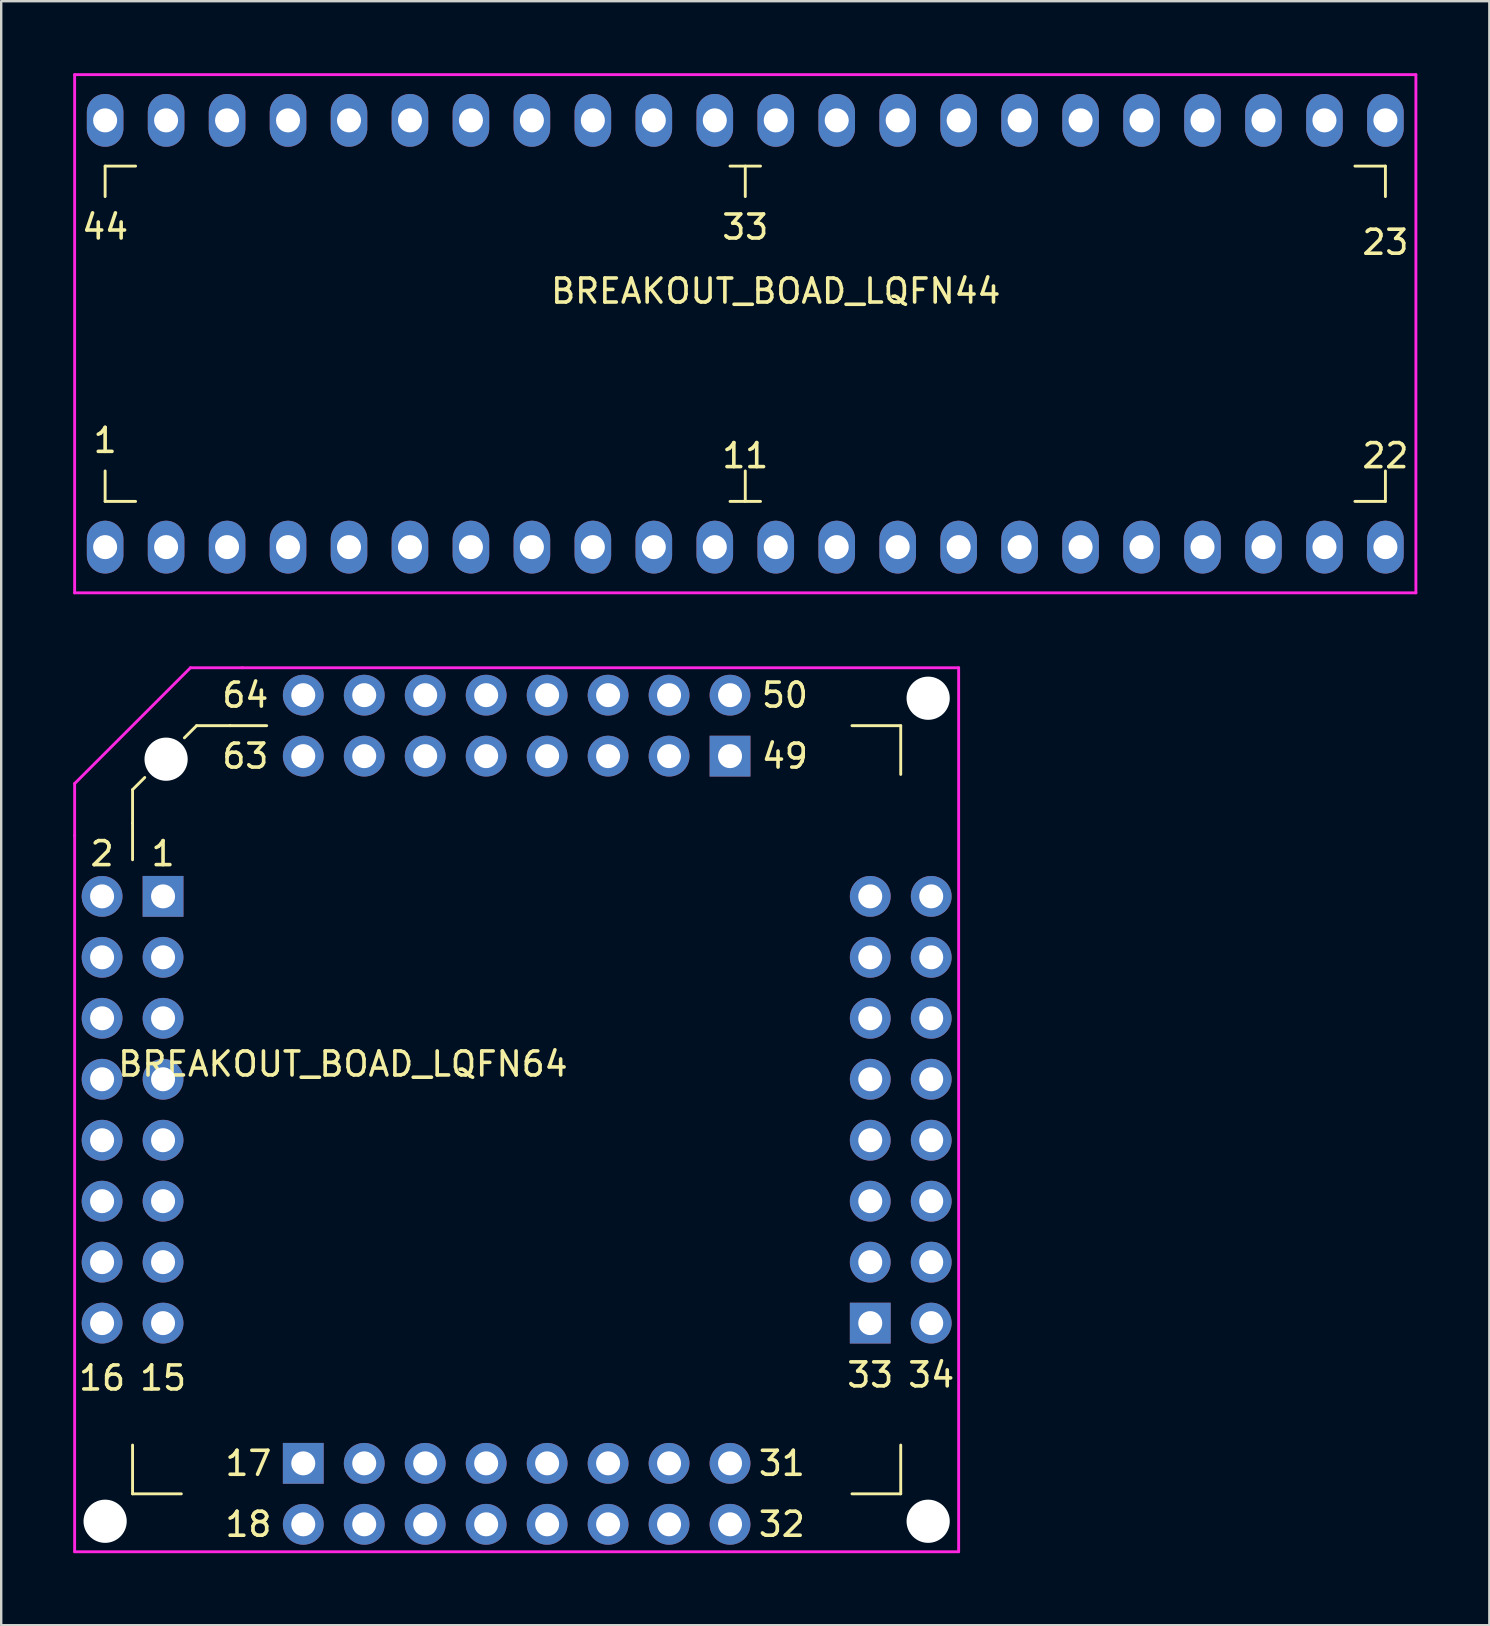
<source format=kicad_pcb>
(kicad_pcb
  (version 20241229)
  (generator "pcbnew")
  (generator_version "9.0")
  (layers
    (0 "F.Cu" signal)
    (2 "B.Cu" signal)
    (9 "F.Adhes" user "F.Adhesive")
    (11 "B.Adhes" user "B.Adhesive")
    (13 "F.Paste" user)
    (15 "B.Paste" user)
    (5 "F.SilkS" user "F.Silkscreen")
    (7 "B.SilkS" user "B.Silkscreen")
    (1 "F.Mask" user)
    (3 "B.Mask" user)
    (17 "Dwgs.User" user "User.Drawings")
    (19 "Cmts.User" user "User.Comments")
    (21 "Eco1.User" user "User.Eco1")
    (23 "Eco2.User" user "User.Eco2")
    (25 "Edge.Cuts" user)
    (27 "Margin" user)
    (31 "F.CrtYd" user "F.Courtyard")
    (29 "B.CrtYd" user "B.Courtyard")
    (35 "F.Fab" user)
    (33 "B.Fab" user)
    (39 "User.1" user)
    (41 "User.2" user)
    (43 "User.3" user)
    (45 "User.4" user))
  (footprint "BREAKOUT_BOAD_LQFN44"
    (layer "F.Cu")
    (at 28 10.855)
    (property "Reference" "BREAKOUT_BOAD_LQFN44" (at 1.27 -1.778 0) (layer "F.SilkS") (effects (font (size 1 1) (thickness 0.15))))
    (attr through_hole)
    (fp_line (start -26.67 -6.985) (end -26.67 -5.715) (stroke (width 0.12) (type solid)) (layer "F.SilkS"))
    (fp_line (start -26.67 6.985) (end -26.67 5.715) (stroke (width 0.12) (type solid)) (layer "F.SilkS"))
    (fp_line (start -25.4 -6.985) (end -26.67 -6.985) (stroke (width 0.12) (type solid)) (layer "F.SilkS"))
    (fp_line (start -25.4 6.985) (end -26.67 6.985) (stroke (width 0.12) (type solid)) (layer "F.SilkS"))
    (fp_line (start -0.635 -6.985) (end 0.635 -6.985) (stroke (width 0.12) (type solid)) (layer "F.SilkS"))
    (fp_line (start -0.635 6.985) (end 0.635 6.985) (stroke (width 0.12) (type solid)) (layer "F.SilkS"))
    (fp_line (start 0 -6.985) (end 0 -5.715) (stroke (width 0.12) (type solid)) (layer "F.SilkS"))
    (fp_line (start 0 6.985) (end 0 5.715) (stroke (width 0.12) (type solid)) (layer "F.SilkS"))
    (fp_line (start 26.67 -6.985) (end 25.4 -6.985) (stroke (width 0.12) (type solid)) (layer "F.SilkS"))
    (fp_line (start 26.67 -5.715) (end 26.67 -6.985) (stroke (width 0.12) (type solid)) (layer "F.SilkS"))
    (fp_line (start 26.67 5.715) (end 26.67 6.985) (stroke (width 0.12) (type solid)) (layer "F.SilkS"))
    (fp_line (start 26.67 6.985) (end 25.4 6.985) (stroke (width 0.12) (type solid)) (layer "F.SilkS"))
    (fp_line (start -27.94 -10.795) (end -27.94 10.795) (stroke (width 0.12) (type solid)) (layer "F.CrtYd"))
    (fp_line (start -27.94 10.795) (end 27.94 10.795) (stroke (width 0.12) (type solid)) (layer "F.CrtYd"))
    (fp_line (start 27.94 -10.795) (end -27.94 -10.795) (stroke (width 0.12) (type solid)) (layer "F.CrtYd"))
    (fp_line (start 27.94 10.795) (end 27.94 -10.795) (stroke (width 0.12) (type solid)) (layer "F.CrtYd"))
    (fp_text user "22" (at 26.67 5.08 0) (layer "F.SilkS") (effects (font (size 1 1) (thickness 0.15))))
    (fp_text user "1" (at -26.67 4.445 0) (layer "F.SilkS") (effects (font (size 1 1) (thickness 0.15))))
    (fp_text user "23" (at 26.67 -3.81 0) (layer "F.SilkS") (effects (font (size 1 1) (thickness 0.15))))
    (fp_text user "11" (at 0 5.08 0) (layer "F.SilkS") (effects (font (size 1 1) (thickness 0.15))))
    (fp_text user "44" (at -26.67 -4.445 0) (layer "F.SilkS") (effects (font (size 1 1) (thickness 0.15))))
    (fp_text user "33" (at 0 -4.445 0) (layer "F.SilkS") (effects (font (size 1 1) (thickness 0.15))))
    (pad "1" thru_hole oval (at -26.67 8.89) (size 1.524 2.2) (drill 1.001) (layers "*.Cu" "*.Mask"))
    (pad "2" thru_hole oval (at -24.13 8.89) (size 1.524 2.2) (drill 1.001) (layers "*.Cu" "*.Mask"))
    (pad "3" thru_hole oval (at -21.59 8.89) (size 1.524 2.2) (drill 1.001) (layers "*.Cu" "*.Mask"))
    (pad "4" thru_hole oval (at -19.05 8.89) (size 1.524 2.2) (drill 1.001) (layers "*.Cu" "*.Mask"))
    (pad "5" thru_hole oval (at -16.51 8.89) (size 1.524 2.2) (drill 1.001) (layers "*.Cu" "*.Mask"))
    (pad "6" thru_hole oval (at -13.97 8.89) (size 1.524 2.2) (drill 1.001) (layers "*.Cu" "*.Mask"))
    (pad "7" thru_hole oval (at -11.43 8.89) (size 1.524 2.2) (drill 1.001) (layers "*.Cu" "*.Mask"))
    (pad "8" thru_hole oval (at -8.89 8.89) (size 1.524 2.2) (drill 1.001) (layers "*.Cu" "*.Mask"))
    (pad "9" thru_hole oval (at -6.35 8.89) (size 1.524 2.2) (drill 1.001) (layers "*.Cu" "*.Mask"))
    (pad "10" thru_hole oval (at -3.81 8.89) (size 1.524 2.2) (drill 1.001) (layers "*.Cu" "*.Mask"))
    (pad "11" thru_hole oval (at -1.27 8.89) (size 1.524 2.2) (drill 1.001) (layers "*.Cu" "*.Mask"))
    (pad "12" thru_hole oval (at 1.27 8.89) (size 1.524 2.2) (drill 1.001) (layers "*.Cu" "*.Mask"))
    (pad "13" thru_hole oval (at 3.81 8.89) (size 1.524 2.2) (drill 1.001) (layers "*.Cu" "*.Mask"))
    (pad "14" thru_hole oval (at 6.35 8.89) (size 1.524 2.2) (drill 1.001) (layers "*.Cu" "*.Mask"))
    (pad "15" thru_hole oval (at 8.89 8.89) (size 1.524 2.2) (drill 1.001) (layers "*.Cu" "*.Mask"))
    (pad "16" thru_hole oval (at 11.43 8.89) (size 1.524 2.2) (drill 1.001) (layers "*.Cu" "*.Mask"))
    (pad "17" thru_hole oval (at 13.97 8.89) (size 1.524 2.2) (drill 1.001) (layers "*.Cu" "*.Mask"))
    (pad "18" thru_hole oval (at 16.51 8.89) (size 1.524 2.2) (drill 1.001) (layers "*.Cu" "*.Mask"))
    (pad "19" thru_hole oval (at 19.05 8.89) (size 1.524 2.2) (drill 1.001) (layers "*.Cu" "*.Mask"))
    (pad "20" thru_hole oval (at 21.59 8.89) (size 1.524 2.2) (drill 1.001) (layers "*.Cu" "*.Mask"))
    (pad "21" thru_hole oval (at 24.13 8.89) (size 1.524 2.2) (drill 1.001) (layers "*.Cu" "*.Mask"))
    (pad "22" thru_hole oval (at 26.67 8.89) (size 1.524 2.2) (drill 1.001) (layers "*.Cu" "*.Mask"))
    (pad "23" thru_hole oval (at 26.67 -8.89) (size 1.524 2.2) (drill 1.001) (layers "*.Cu" "*.Mask"))
    (pad "24" thru_hole oval (at 24.13 -8.89) (size 1.524 2.2) (drill 1.001) (layers "*.Cu" "*.Mask"))
    (pad "25" thru_hole oval (at 21.59 -8.89) (size 1.524 2.2) (drill 1.001) (layers "*.Cu" "*.Mask"))
    (pad "26" thru_hole oval (at 19.05 -8.89) (size 1.524 2.2) (drill 1.001) (layers "*.Cu" "*.Mask"))
    (pad "27" thru_hole oval (at 16.51 -8.89) (size 1.524 2.2) (drill 1.001) (layers "*.Cu" "*.Mask"))
    (pad "28" thru_hole oval (at 13.97 -8.89) (size 1.524 2.2) (drill 1.001) (layers "*.Cu" "*.Mask"))
    (pad "29" thru_hole oval (at 11.43 -8.89) (size 1.524 2.2) (drill 1.001) (layers "*.Cu" "*.Mask"))
    (pad "30" thru_hole oval (at 8.89 -8.89) (size 1.524 2.2) (drill 1.001) (layers "*.Cu" "*.Mask"))
    (pad "31" thru_hole oval (at 6.35 -8.89) (size 1.524 2.2) (drill 1.001) (layers "*.Cu" "*.Mask"))
    (pad "32" thru_hole oval (at 3.81 -8.89) (size 1.524 2.2) (drill 1.001) (layers "*.Cu" "*.Mask"))
    (pad "33" thru_hole oval (at 1.27 -8.89) (size 1.524 2.2) (drill 1.001) (layers "*.Cu" "*.Mask"))
    (pad "34" thru_hole oval (at -1.27 -8.89) (size 1.524 2.2) (drill 1.001) (layers "*.Cu" "*.Mask"))
    (pad "35" thru_hole oval (at -3.81 -8.89) (size 1.524 2.2) (drill 1.001) (layers "*.Cu" "*.Mask"))
    (pad "36" thru_hole oval (at -6.35 -8.89) (size 1.524 2.2) (drill 1.001) (layers "*.Cu" "*.Mask"))
    (pad "37" thru_hole oval (at -8.89 -8.89) (size 1.524 2.2) (drill 1.001) (layers "*.Cu" "*.Mask"))
    (pad "38" thru_hole oval (at -11.43 -8.89) (size 1.524 2.2) (drill 1.001) (layers "*.Cu" "*.Mask"))
    (pad "39" thru_hole oval (at -13.97 -8.89) (size 1.524 2.2) (drill 1.001) (layers "*.Cu" "*.Mask"))
    (pad "40" thru_hole oval (at -16.51 -8.89) (size 1.524 2.2) (drill 1.001) (layers "*.Cu" "*.Mask"))
    (pad "41" thru_hole oval (at -19.05 -8.89) (size 1.524 2.2) (drill 1.001) (layers "*.Cu" "*.Mask"))
    (pad "42" thru_hole oval (at -21.59 -8.89) (size 1.524 2.2) (drill 1.001) (layers "*.Cu" "*.Mask"))
    (pad "43" thru_hole oval (at -24.13 -8.89) (size 1.524 2.2) (drill 1.001) (layers "*.Cu" "*.Mask"))
    (pad "44" thru_hole oval (at -26.67 -8.89) (size 1.524 2.2) (drill 1.001) (layers "*.Cu" "*.Mask")))
  (footprint "BREAKOUT_BOAD_LQFN64"
    (layer "F.Cu")
    (at 18.475 43.185)
    (property "Reference" "BREAKOUT_BOAD_LQFN64" (at -7.239 -1.905 0) (layer "F.SilkS") (effects (font (size 1 1) (thickness 0.15))))
    (attr through_hole)
    (fp_line (start -16.002 -13.335) (end -15.494 -13.843) (stroke (width 0.12) (type solid)) (layer "F.SilkS"))
    (fp_line (start -16.002 -11.938) (end -16.002 -13.335) (stroke (width 0.12) (type solid)) (layer "F.SilkS"))
    (fp_line (start -16.002 -10.414) (end -16.002 -11.938) (stroke (width 0.12) (type solid)) (layer "F.SilkS"))
    (fp_line (start -16.002 13.97) (end -16.002 16.002) (stroke (width 0.12) (type solid)) (layer "F.SilkS"))
    (fp_line (start -16.002 16.002) (end -13.97 16.002) (stroke (width 0.12) (type solid)) (layer "F.SilkS"))
    (fp_line (start -13.335 -16.002) (end -13.843 -15.494) (stroke (width 0.12) (type solid)) (layer "F.SilkS"))
    (fp_line (start -13.335 -16.002) (end -11.938 -16.002) (stroke (width 0.12) (type solid)) (layer "F.SilkS"))
    (fp_line (start -11.938 -16.002) (end -10.414 -16.002) (stroke (width 0.12) (type solid)) (layer "F.SilkS"))
    (fp_line (start 13.97 16.002) (end 16.002 16.002) (stroke (width 0.12) (type solid)) (layer "F.SilkS"))
    (fp_line (start 16.002 -16.002) (end 13.97 -16.002) (stroke (width 0.12) (type solid)) (layer "F.SilkS"))
    (fp_line (start 16.002 -13.97) (end 16.002 -16.002) (stroke (width 0.12) (type solid)) (layer "F.SilkS"))
    (fp_line (start 16.002 16.002) (end 16.002 13.97) (stroke (width 0.12) (type solid)) (layer "F.SilkS"))
    (fp_line (start -18.415 -13.589) (end -13.589 -18.415) (stroke (width 0.12) (type solid)) (layer "F.CrtYd"))
    (fp_line (start -18.415 -11.43) (end -18.415 -13.589) (stroke (width 0.12) (type solid)) (layer "F.CrtYd"))
    (fp_line (start -18.415 -11.43) (end -18.415 18.415) (stroke (width 0.12) (type solid)) (layer "F.CrtYd"))
    (fp_line (start -18.415 18.415) (end 18.415 18.415) (stroke (width 0.12) (type solid)) (layer "F.CrtYd"))
    (fp_line (start -13.589 -18.415) (end -11.43 -18.415) (stroke (width 0.12) (type solid)) (layer "F.CrtYd"))
    (fp_line (start 18.415 -18.415) (end -11.43 -18.415) (stroke (width 0.12) (type solid)) (layer "F.CrtYd"))
    (fp_line (start 18.415 18.415) (end 18.415 -18.415) (stroke (width 0.12) (type solid)) (layer "F.CrtYd"))
    (fp_text user "49" (at 11.176 -14.732 0) (layer "F.SilkS") (effects (font (size 1 1) (thickness 0.15))))
    (fp_text user "33" (at 14.732 11.049 0) (layer "F.SilkS") (effects (font (size 1 1) (thickness 0.15))))
    (fp_text user "50" (at 11.176 -17.272 0) (layer "F.SilkS") (effects (font (size 1 1) (thickness 0.15))))
    (fp_text user "1" (at -14.732 -10.668 0) (layer "F.SilkS") (effects (font (size 1 1) (thickness 0.15))))
    (fp_text user "32" (at 11.049 17.272 0) (layer "F.SilkS") (effects (font (size 1 1) (thickness 0.15))))
    (fp_text user "16" (at -17.272 11.176 0) (layer "F.SilkS") (effects (font (size 1 1) (thickness 0.15))))
    (fp_text user "2" (at -17.272 -10.668 0) (layer "F.SilkS") (effects (font (size 1 1) (thickness 0.15))))
    (fp_text user "63" (at -11.303 -14.732 0) (layer "F.SilkS") (effects (font (size 1 1) (thickness 0.15))))
    (fp_text user "15" (at -14.732 11.176 0) (layer "F.SilkS") (effects (font (size 1 1) (thickness 0.15))))
    (fp_text user "17" (at -11.176 14.732 0) (layer "F.SilkS") (effects (font (size 1 1) (thickness 0.15))))
    (fp_text user "34" (at 17.272 11.049 0) (layer "F.SilkS") (effects (font (size 1 1) (thickness 0.15))))
    (fp_text user "31" (at 11.049 14.732 0) (layer "F.SilkS") (effects (font (size 1 1) (thickness 0.15))))
    (fp_text user "64" (at -11.303 -17.272 0) (layer "F.SilkS") (effects (font (size 1 1) (thickness 0.15))))
    (fp_text user "18" (at -11.176 17.272 0) (layer "F.SilkS") (effects (font (size 1 1) (thickness 0.15))))
    (pad "" np_thru_hole circle (at -17.145 17.145) (size 1.8 1.8) (drill 1.8) (layers "*.Cu" "*.Mask"))
    (pad "" np_thru_hole circle (at -14.605 -14.605) (size 1.8 1.8) (drill 1.8) (layers "*.Cu" "*.Mask"))
    (pad "" np_thru_hole circle (at 17.145 -17.145) (size 1.8 1.8) (drill 1.8) (layers "*.Cu" "*.Mask"))
    (pad "" np_thru_hole circle (at 17.145 17.145) (size 1.8 1.8) (drill 1.8) (layers "*.Cu" "*.Mask"))
    (pad "1" thru_hole rect (at -14.732 -8.89) (size 1.7 1.7) (drill 1) (layers "*.Cu" "*.Mask"))
    (pad "2" thru_hole oval (at -17.272 -8.89) (size 1.7 1.7) (drill 1) (layers "*.Cu" "*.Mask"))
    (pad "3" thru_hole oval (at -14.732 -6.35) (size 1.7 1.7) (drill 1) (layers "*.Cu" "*.Mask"))
    (pad "4" thru_hole oval (at -17.272 -6.35) (size 1.7 1.7) (drill 1) (layers "*.Cu" "*.Mask"))
    (pad "5" thru_hole oval (at -14.732 -3.81) (size 1.7 1.7) (drill 1) (layers "*.Cu" "*.Mask"))
    (pad "6" thru_hole oval (at -17.272 -3.81) (size 1.7 1.7) (drill 1) (layers "*.Cu" "*.Mask"))
    (pad "7" thru_hole oval (at -14.732 -1.27) (size 1.7 1.7) (drill 1) (layers "*.Cu" "*.Mask"))
    (pad "8" thru_hole oval (at -17.272 -1.27) (size 1.7 1.7) (drill 1) (layers "*.Cu" "*.Mask"))
    (pad "9" thru_hole oval (at -14.732 1.27) (size 1.7 1.7) (drill 1) (layers "*.Cu" "*.Mask"))
    (pad "10" thru_hole oval (at -17.272 1.27) (size 1.7 1.7) (drill 1) (layers "*.Cu" "*.Mask"))
    (pad "11" thru_hole oval (at -14.732 3.81) (size 1.7 1.7) (drill 1) (layers "*.Cu" "*.Mask"))
    (pad "12" thru_hole oval (at -17.272 3.81) (size 1.7 1.7) (drill 1) (layers "*.Cu" "*.Mask"))
    (pad "13" thru_hole oval (at -14.732 6.35) (size 1.7 1.7) (drill 1) (layers "*.Cu" "*.Mask"))
    (pad "14" thru_hole oval (at -17.272 6.35) (size 1.7 1.7) (drill 1) (layers "*.Cu" "*.Mask"))
    (pad "15" thru_hole oval (at -14.732 8.89) (size 1.7 1.7) (drill 1) (layers "*.Cu" "*.Mask"))
    (pad "16" thru_hole oval (at -17.272 8.89) (size 1.7 1.7) (drill 1) (layers "*.Cu" "*.Mask"))
    (pad "17" thru_hole rect (at -8.89 14.732 90) (size 1.7 1.7) (drill 1) (layers "*.Cu" "*.Mask"))
    (pad "18" thru_hole oval (at -8.89 17.272 90) (size 1.7 1.7) (drill 1) (layers "*.Cu" "*.Mask"))
    (pad "19" thru_hole oval (at -6.35 14.732 90) (size 1.7 1.7) (drill 1) (layers "*.Cu" "*.Mask"))
    (pad "20" thru_hole oval (at -6.35 17.272 90) (size 1.7 1.7) (drill 1) (layers "*.Cu" "*.Mask"))
    (pad "21" thru_hole oval (at -3.81 14.732 90) (size 1.7 1.7) (drill 1) (layers "*.Cu" "*.Mask"))
    (pad "22" thru_hole oval (at -3.81 17.272 90) (size 1.7 1.7) (drill 1) (layers "*.Cu" "*.Mask"))
    (pad "23" thru_hole oval (at -1.27 14.732 90) (size 1.7 1.7) (drill 1) (layers "*.Cu" "*.Mask"))
    (pad "24" thru_hole oval (at -1.27 17.272 90) (size 1.7 1.7) (drill 1) (layers "*.Cu" "*.Mask"))
    (pad "25" thru_hole oval (at 1.27 14.732 90) (size 1.7 1.7) (drill 1) (layers "*.Cu" "*.Mask"))
    (pad "26" thru_hole oval (at 1.27 17.272 90) (size 1.7 1.7) (drill 1) (layers "*.Cu" "*.Mask"))
    (pad "27" thru_hole oval (at 3.81 14.732 90) (size 1.7 1.7) (drill 1) (layers "*.Cu" "*.Mask"))
    (pad "28" thru_hole oval (at 3.81 17.272 90) (size 1.7 1.7) (drill 1) (layers "*.Cu" "*.Mask"))
    (pad "29" thru_hole oval (at 6.35 14.732 90) (size 1.7 1.7) (drill 1) (layers "*.Cu" "*.Mask"))
    (pad "30" thru_hole oval (at 6.35 17.272 90) (size 1.7 1.7) (drill 1) (layers "*.Cu" "*.Mask"))
    (pad "31" thru_hole oval (at 8.89 14.732 90) (size 1.7 1.7) (drill 1) (layers "*.Cu" "*.Mask"))
    (pad "32" thru_hole oval (at 8.89 17.272 90) (size 1.7 1.7) (drill 1) (layers "*.Cu" "*.Mask"))
    (pad "33" thru_hole rect (at 14.732 8.89) (size 1.7 1.7) (drill 1) (layers "*.Cu" "*.Mask"))
    (pad "34" thru_hole oval (at 17.272 8.89) (size 1.7 1.7) (drill 1) (layers "*.Cu" "*.Mask"))
    (pad "35" thru_hole oval (at 14.732 6.35) (size 1.7 1.7) (drill 1) (layers "*.Cu" "*.Mask"))
    (pad "36" thru_hole oval (at 17.272 6.35) (size 1.7 1.7) (drill 1) (layers "*.Cu" "*.Mask"))
    (pad "37" thru_hole oval (at 14.732 3.81) (size 1.7 1.7) (drill 1) (layers "*.Cu" "*.Mask"))
    (pad "38" thru_hole oval (at 17.272 3.81) (size 1.7 1.7) (drill 1) (layers "*.Cu" "*.Mask"))
    (pad "39" thru_hole oval (at 14.732 1.27) (size 1.7 1.7) (drill 1) (layers "*.Cu" "*.Mask"))
    (pad "40" thru_hole oval (at 17.272 1.27) (size 1.7 1.7) (drill 1) (layers "*.Cu" "*.Mask"))
    (pad "41" thru_hole oval (at 14.732 -1.27) (size 1.7 1.7) (drill 1) (layers "*.Cu" "*.Mask"))
    (pad "42" thru_hole oval (at 17.272 -1.27) (size 1.7 1.7) (drill 1) (layers "*.Cu" "*.Mask"))
    (pad "43" thru_hole oval (at 14.732 -3.81) (size 1.7 1.7) (drill 1) (layers "*.Cu" "*.Mask"))
    (pad "44" thru_hole oval (at 17.272 -3.81) (size 1.7 1.7) (drill 1) (layers "*.Cu" "*.Mask"))
    (pad "45" thru_hole oval (at 14.732 -6.35) (size 1.7 1.7) (drill 1) (layers "*.Cu" "*.Mask"))
    (pad "46" thru_hole oval (at 17.272 -6.35) (size 1.7 1.7) (drill 1) (layers "*.Cu" "*.Mask"))
    (pad "47" thru_hole oval (at 14.732 -8.89) (size 1.7 1.7) (drill 1) (layers "*.Cu" "*.Mask"))
    (pad "48" thru_hole oval (at 17.272 -8.89) (size 1.7 1.7) (drill 1) (layers "*.Cu" "*.Mask"))
    (pad "49" thru_hole rect (at 8.89 -14.732 90) (size 1.7 1.7) (drill 1) (layers "*.Cu" "*.Mask"))
    (pad "50" thru_hole oval (at 8.89 -17.272 90) (size 1.7 1.7) (drill 1) (layers "*.Cu" "*.Mask"))
    (pad "51" thru_hole oval (at 6.35 -14.732 90) (size 1.7 1.7) (drill 1) (layers "*.Cu" "*.Mask"))
    (pad "52" thru_hole oval (at 6.35 -17.272 90) (size 1.7 1.7) (drill 1) (layers "*.Cu" "*.Mask"))
    (pad "53" thru_hole oval (at 3.81 -14.732 90) (size 1.7 1.7) (drill 1) (layers "*.Cu" "*.Mask"))
    (pad "54" thru_hole oval (at 3.81 -17.272 90) (size 1.7 1.7) (drill 1) (layers "*.Cu" "*.Mask"))
    (pad "55" thru_hole oval (at 1.27 -14.732 90) (size 1.7 1.7) (drill 1) (layers "*.Cu" "*.Mask"))
    (pad "56" thru_hole oval (at 1.27 -17.272 90) (size 1.7 1.7) (drill 1) (layers "*.Cu" "*.Mask"))
    (pad "57" thru_hole oval (at -1.27 -14.732 90) (size 1.7 1.7) (drill 1) (layers "*.Cu" "*.Mask"))
    (pad "58" thru_hole oval (at -1.27 -17.272 90) (size 1.7 1.7) (drill 1) (layers "*.Cu" "*.Mask"))
    (pad "59" thru_hole oval (at -3.81 -14.732 90) (size 1.7 1.7) (drill 1) (layers "*.Cu" "*.Mask"))
    (pad "60" thru_hole oval (at -3.81 -17.272 90) (size 1.7 1.7) (drill 1) (layers "*.Cu" "*.Mask"))
    (pad "61" thru_hole oval (at -6.35 -14.732 90) (size 1.7 1.7) (drill 1) (layers "*.Cu" "*.Mask"))
    (pad "62" thru_hole oval (at -6.35 -17.272 90) (size 1.7 1.7) (drill 1) (layers "*.Cu" "*.Mask"))
    (pad "63" thru_hole oval (at -8.89 -14.732 90) (size 1.7 1.7) (drill 1) (layers "*.Cu" "*.Mask"))
    (pad "64" thru_hole oval (at -8.89 -17.272 90) (size 1.7 1.7) (drill 1) (layers "*.Cu" "*.Mask")))
  (gr_rect
    (start -3 -3)
    (end 59 64.66)
    (stroke (width 0.1) (type default))
    (fill no)
    (layer "Edge.Cuts")))
</source>
